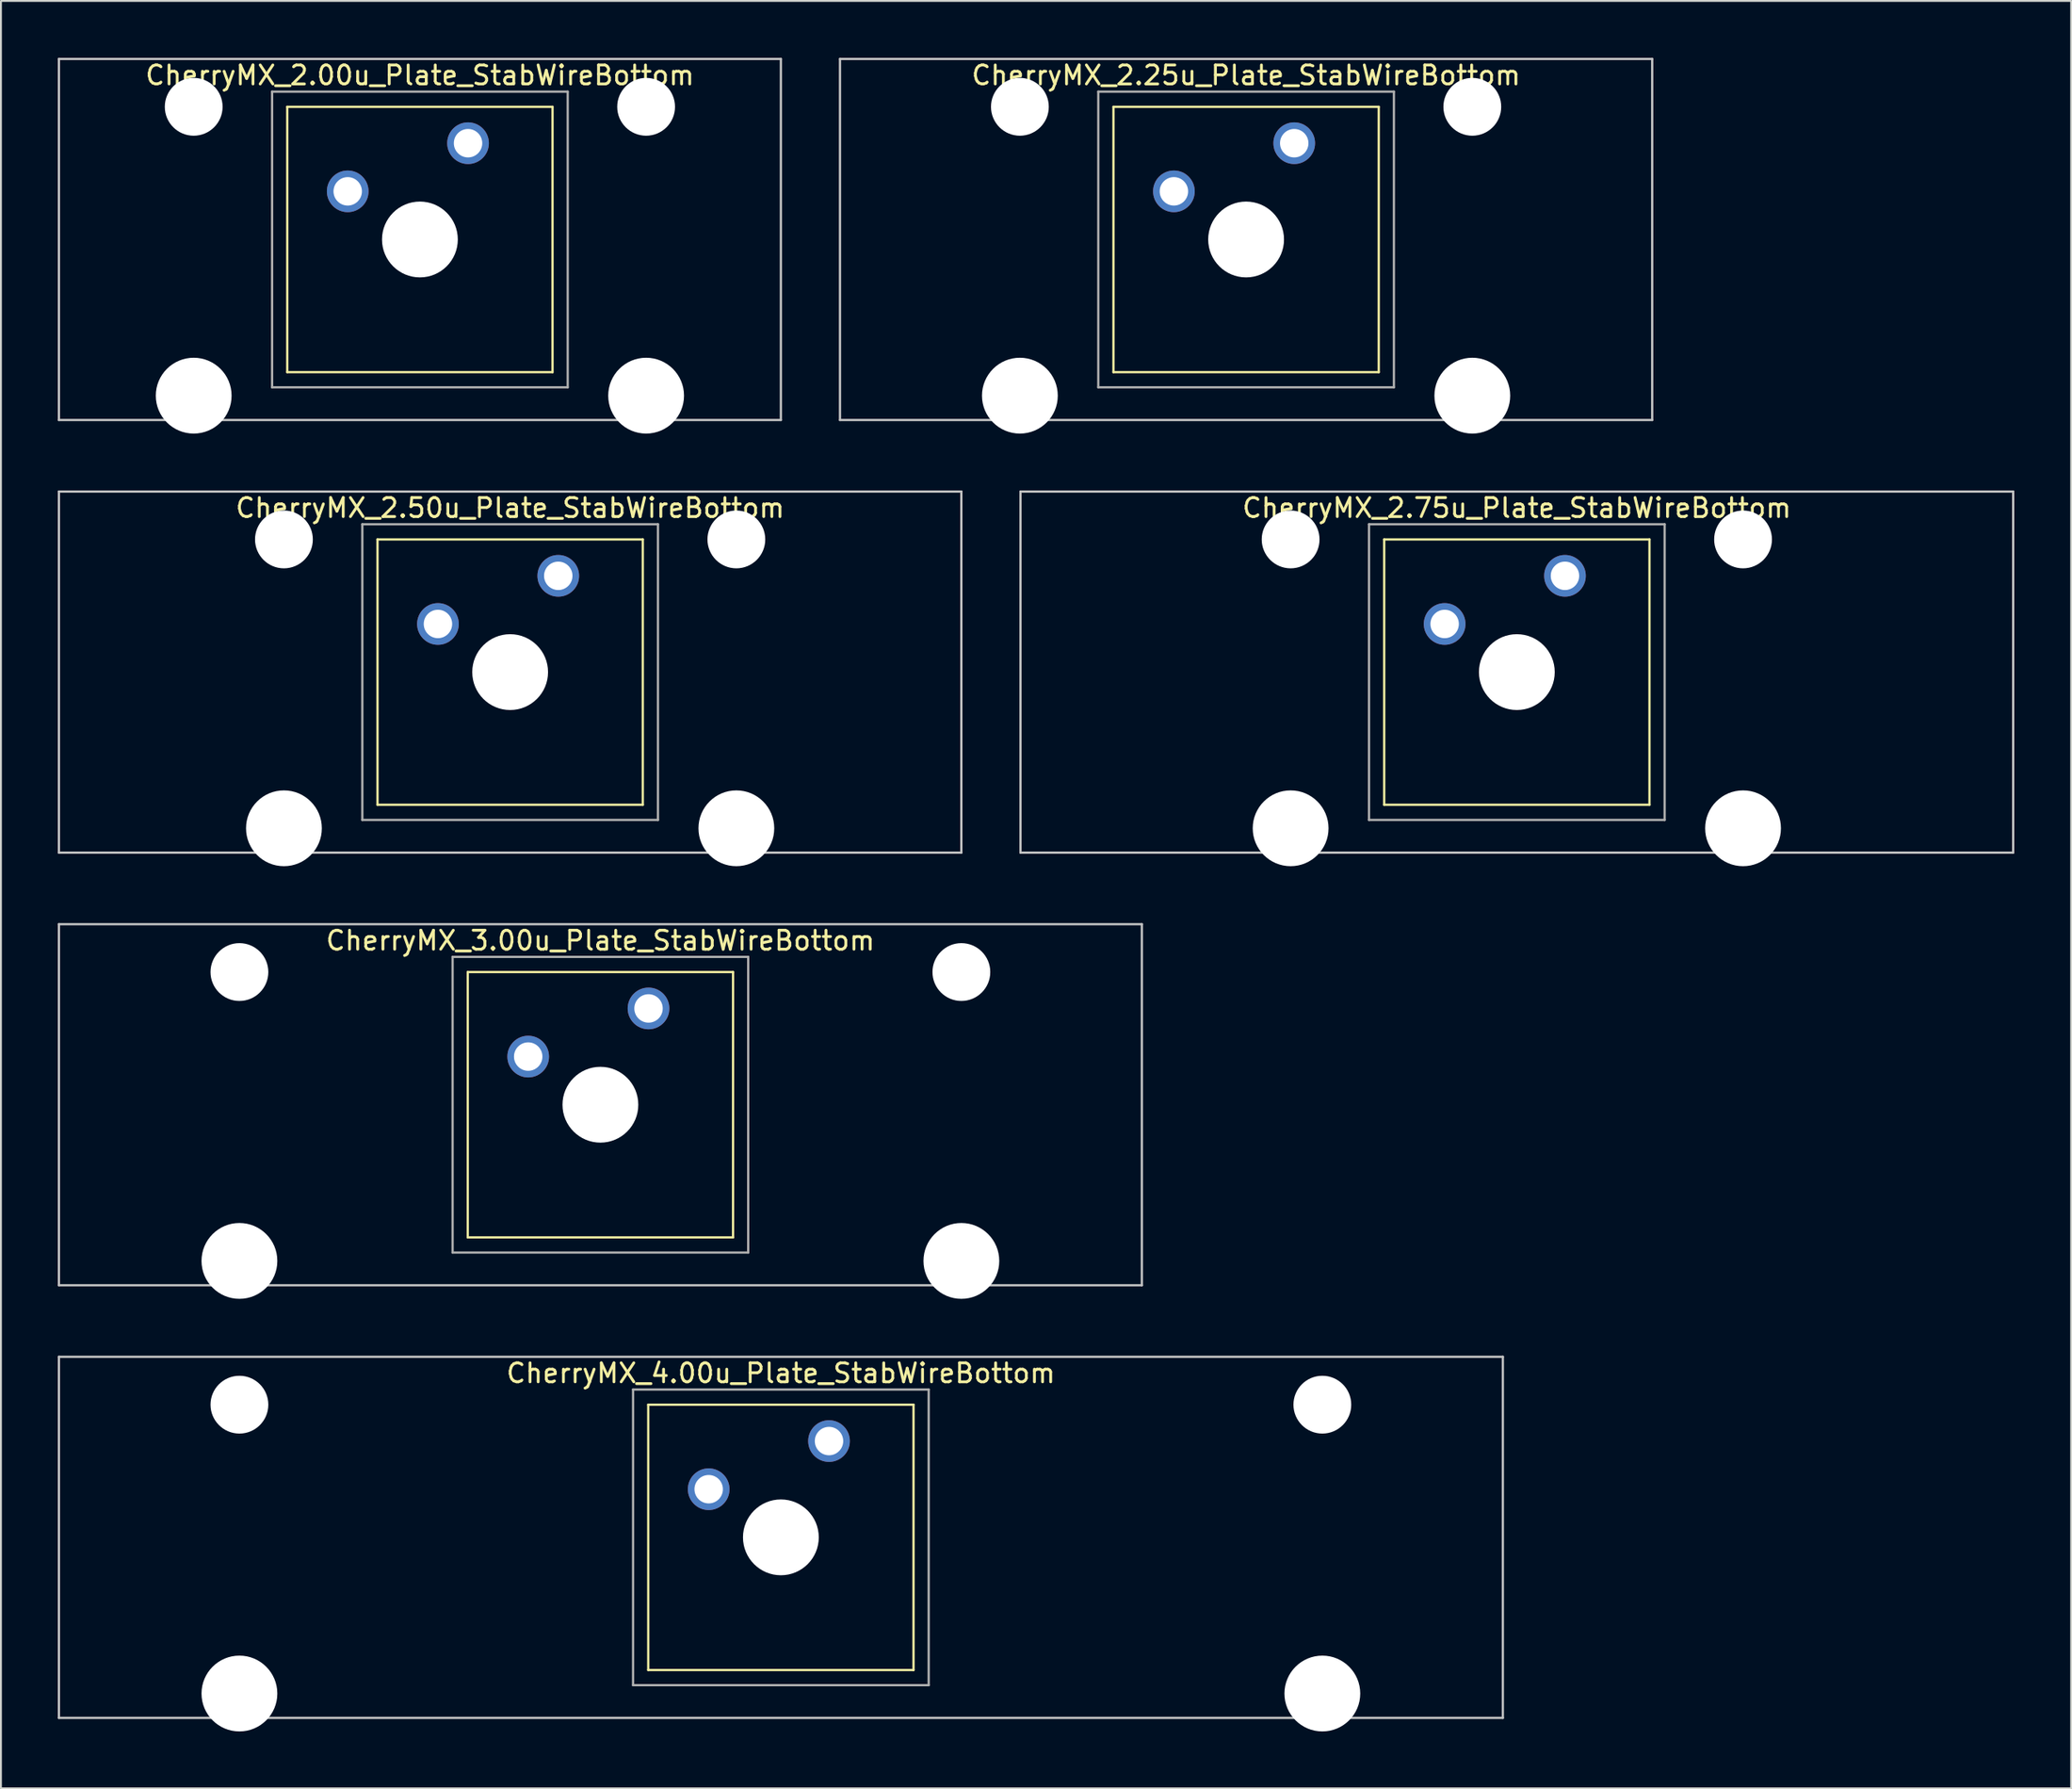
<source format=kicad_pcb>
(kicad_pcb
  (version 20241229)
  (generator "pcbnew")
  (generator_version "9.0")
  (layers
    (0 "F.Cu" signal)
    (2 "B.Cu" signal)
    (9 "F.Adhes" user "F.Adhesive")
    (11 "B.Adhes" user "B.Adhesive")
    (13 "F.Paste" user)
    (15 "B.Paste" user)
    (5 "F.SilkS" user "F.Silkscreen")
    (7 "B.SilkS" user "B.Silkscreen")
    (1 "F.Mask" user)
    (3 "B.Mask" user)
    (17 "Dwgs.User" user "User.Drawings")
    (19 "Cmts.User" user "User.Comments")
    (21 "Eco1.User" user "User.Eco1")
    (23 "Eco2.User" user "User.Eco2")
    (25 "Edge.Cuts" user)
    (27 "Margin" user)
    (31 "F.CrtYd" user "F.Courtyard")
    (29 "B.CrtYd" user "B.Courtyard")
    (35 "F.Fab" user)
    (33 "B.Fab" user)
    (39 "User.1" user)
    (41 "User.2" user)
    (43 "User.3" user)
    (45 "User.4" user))
  (footprint "CherryMX_2.75u_Plate_StabWireBottom"
    (layer "F.Cu")
    (at 76.999 32.41)
    (property "Reference" "CherryMX_2.75u_Plate_StabWireBottom" (at 0 -8.662 0) (layer "F.SilkS") (effects (font (size 1 1) (thickness 0.15))))
    (attr through_hole)
    (fp_line (start -7 -7) (end -7 7) (stroke (width 0.12) (type solid)) (layer "F.SilkS"))
    (fp_line (start -7 -7) (end 7 -7) (stroke (width 0.12) (type solid)) (layer "F.SilkS"))
    (fp_line (start 7 -7) (end 7 7) (stroke (width 0.12) (type solid)) (layer "F.SilkS"))
    (fp_line (start 7 7) (end -7 7) (stroke (width 0.12) (type solid)) (layer "F.SilkS"))
    (fp_line (start -26.194 -9.525) (end 26.194 -9.525) (stroke (width 0.12) (type solid)) (layer "Dwgs.User"))
    (fp_line (start -26.194 9.525) (end -26.194 -9.525) (stroke (width 0.12) (type solid)) (layer "Dwgs.User"))
    (fp_line (start 26.194 -9.525) (end 26.194 9.525) (stroke (width 0.12) (type solid)) (layer "Dwgs.User"))
    (fp_line (start 26.194 9.525) (end -26.194 9.525) (stroke (width 0.12) (type solid)) (layer "Dwgs.User"))
    (fp_line (start -7.8 -7.8) (end -7.8 7.8) (stroke (width 0.12) (type solid)) (layer "F.Fab"))
    (fp_line (start -7.8 -7.8) (end 7.8 -7.8) (stroke (width 0.12) (type solid)) (layer "F.Fab"))
    (fp_line (start -7.8 7.8) (end 7.8 7.8) (stroke (width 0.12) (type solid)) (layer "F.Fab"))
    (fp_line (start 7.8 -7.8) (end 7.8 7.8) (stroke (width 0.12) (type solid)) (layer "F.Fab"))
    (pad "" np_thru_hole circle (at -11.938 -7) (size 3.05 3.05) (drill 3.05) (layers "*.Cu" "*.Mask"))
    (pad "" np_thru_hole circle (at -11.938 8.24) (size 4 4) (drill 4) (layers "*.Cu" "*.Mask"))
    (pad "" np_thru_hole circle (at 0 0) (size 4 4) (drill 4) (layers "*.Cu" "*.Mask"))
    (pad "" np_thru_hole circle (at 11.938 -7) (size 3.05 3.05) (drill 3.05) (layers "*.Cu" "*.Mask"))
    (pad "" np_thru_hole circle (at 11.938 8.24) (size 4 4) (drill 4) (layers "*.Cu" "*.Mask"))
    (pad "1" thru_hole circle (at -3.81 -2.54) (size 2.2 2.2) (drill 1.5) (layers "*.Cu" "*.Mask"))
    (pad "2" thru_hole circle (at 2.54 -5.08) (size 2.2 2.2) (drill 1.5) (layers "*.Cu" "*.Mask")))
  (footprint "CherryMX_3.00u_Plate_StabWireBottom"
    (layer "F.Cu")
    (at 28.635 55.235)
    (property "Reference" "CherryMX_3.00u_Plate_StabWireBottom" (at 0 -8.662 0) (layer "F.SilkS") (effects (font (size 1 1) (thickness 0.15))))
    (attr through_hole)
    (fp_line (start -7 -7) (end -7 7) (stroke (width 0.12) (type solid)) (layer "F.SilkS"))
    (fp_line (start -7 -7) (end 7 -7) (stroke (width 0.12) (type solid)) (layer "F.SilkS"))
    (fp_line (start 7 -7) (end 7 7) (stroke (width 0.12) (type solid)) (layer "F.SilkS"))
    (fp_line (start 7 7) (end -7 7) (stroke (width 0.12) (type solid)) (layer "F.SilkS"))
    (fp_line (start -28.575 -9.525) (end 28.575 -9.525) (stroke (width 0.12) (type solid)) (layer "Dwgs.User"))
    (fp_line (start -28.575 9.525) (end -28.575 -9.525) (stroke (width 0.12) (type solid)) (layer "Dwgs.User"))
    (fp_line (start 28.575 -9.525) (end 28.575 9.525) (stroke (width 0.12) (type solid)) (layer "Dwgs.User"))
    (fp_line (start 28.575 9.525) (end -28.575 9.525) (stroke (width 0.12) (type solid)) (layer "Dwgs.User"))
    (fp_line (start -7.8 -7.8) (end -7.8 7.8) (stroke (width 0.12) (type solid)) (layer "F.Fab"))
    (fp_line (start -7.8 -7.8) (end 7.8 -7.8) (stroke (width 0.12) (type solid)) (layer "F.Fab"))
    (fp_line (start -7.8 7.8) (end 7.8 7.8) (stroke (width 0.12) (type solid)) (layer "F.Fab"))
    (fp_line (start 7.8 -7.8) (end 7.8 7.8) (stroke (width 0.12) (type solid)) (layer "F.Fab"))
    (pad "" np_thru_hole circle (at -19.05 -7) (size 3.05 3.05) (drill 3.05) (layers "*.Cu" "*.Mask"))
    (pad "" np_thru_hole circle (at -19.05 8.24) (size 4 4) (drill 4) (layers "*.Cu" "*.Mask"))
    (pad "" np_thru_hole circle (at 0 0) (size 4 4) (drill 4) (layers "*.Cu" "*.Mask"))
    (pad "" np_thru_hole circle (at 19.05 -7) (size 3.05 3.05) (drill 3.05) (layers "*.Cu" "*.Mask"))
    (pad "" np_thru_hole circle (at 19.05 8.24) (size 4 4) (drill 4) (layers "*.Cu" "*.Mask"))
    (pad "1" thru_hole circle (at -3.81 -2.54) (size 2.2 2.2) (drill 1.5) (layers "*.Cu" "*.Mask"))
    (pad "2" thru_hole circle (at 2.54 -5.08) (size 2.2 2.2) (drill 1.5) (layers "*.Cu" "*.Mask")))
  (footprint "CherryMX_2.25u_Plate_StabWireBottom"
    (layer "F.Cu")
    (at 62.711 9.585)
    (property "Reference" "CherryMX_2.25u_Plate_StabWireBottom" (at 0 -8.662 0) (layer "F.SilkS") (effects (font (size 1 1) (thickness 0.15))))
    (attr through_hole)
    (fp_line (start -7 -7) (end -7 7) (stroke (width 0.12) (type solid)) (layer "F.SilkS"))
    (fp_line (start -7 -7) (end 7 -7) (stroke (width 0.12) (type solid)) (layer "F.SilkS"))
    (fp_line (start 7 -7) (end 7 7) (stroke (width 0.12) (type solid)) (layer "F.SilkS"))
    (fp_line (start 7 7) (end -7 7) (stroke (width 0.12) (type solid)) (layer "F.SilkS"))
    (fp_line (start -21.431 -9.525) (end 21.431 -9.525) (stroke (width 0.12) (type solid)) (layer "Dwgs.User"))
    (fp_line (start -21.431 9.525) (end -21.431 -9.525) (stroke (width 0.12) (type solid)) (layer "Dwgs.User"))
    (fp_line (start 21.431 -9.525) (end 21.431 9.525) (stroke (width 0.12) (type solid)) (layer "Dwgs.User"))
    (fp_line (start 21.431 9.525) (end -21.431 9.525) (stroke (width 0.12) (type solid)) (layer "Dwgs.User"))
    (fp_line (start -7.8 -7.8) (end -7.8 7.8) (stroke (width 0.12) (type solid)) (layer "F.Fab"))
    (fp_line (start -7.8 -7.8) (end 7.8 -7.8) (stroke (width 0.12) (type solid)) (layer "F.Fab"))
    (fp_line (start -7.8 7.8) (end 7.8 7.8) (stroke (width 0.12) (type solid)) (layer "F.Fab"))
    (fp_line (start 7.8 -7.8) (end 7.8 7.8) (stroke (width 0.12) (type solid)) (layer "F.Fab"))
    (pad "" np_thru_hole circle (at -11.938 -7) (size 3.05 3.05) (drill 3.05) (layers "*.Cu" "*.Mask"))
    (pad "" np_thru_hole circle (at -11.938 8.24) (size 4 4) (drill 4) (layers "*.Cu" "*.Mask"))
    (pad "" np_thru_hole circle (at 0 0) (size 4 4) (drill 4) (layers "*.Cu" "*.Mask"))
    (pad "" np_thru_hole circle (at 11.938 -7) (size 3.05 3.05) (drill 3.05) (layers "*.Cu" "*.Mask"))
    (pad "" np_thru_hole circle (at 11.938 8.24) (size 4 4) (drill 4) (layers "*.Cu" "*.Mask"))
    (pad "1" thru_hole circle (at -3.81 -2.54) (size 2.2 2.2) (drill 1.5) (layers "*.Cu" "*.Mask"))
    (pad "2" thru_hole circle (at 2.54 -5.08) (size 2.2 2.2) (drill 1.5) (layers "*.Cu" "*.Mask")))
  (footprint "CherryMX_4.00u_Plate_StabWireBottom"
    (layer "F.Cu")
    (at 38.16 78.06)
    (property "Reference" "CherryMX_4.00u_Plate_StabWireBottom" (at 0 -8.662 0) (layer "F.SilkS") (effects (font (size 1 1) (thickness 0.15))))
    (attr through_hole)
    (fp_line (start -7 -7) (end -7 7) (stroke (width 0.12) (type solid)) (layer "F.SilkS"))
    (fp_line (start -7 -7) (end 7 -7) (stroke (width 0.12) (type solid)) (layer "F.SilkS"))
    (fp_line (start 7 -7) (end 7 7) (stroke (width 0.12) (type solid)) (layer "F.SilkS"))
    (fp_line (start 7 7) (end -7 7) (stroke (width 0.12) (type solid)) (layer "F.SilkS"))
    (fp_line (start -38.1 -9.525) (end 38.1 -9.525) (stroke (width 0.12) (type solid)) (layer "Dwgs.User"))
    (fp_line (start -38.1 9.525) (end -38.1 -9.525) (stroke (width 0.12) (type solid)) (layer "Dwgs.User"))
    (fp_line (start 38.1 -9.525) (end 38.1 9.525) (stroke (width 0.12) (type solid)) (layer "Dwgs.User"))
    (fp_line (start 38.1 9.525) (end -38.1 9.525) (stroke (width 0.12) (type solid)) (layer "Dwgs.User"))
    (fp_line (start -7.8 -7.8) (end -7.8 7.8) (stroke (width 0.12) (type solid)) (layer "F.Fab"))
    (fp_line (start -7.8 -7.8) (end 7.8 -7.8) (stroke (width 0.12) (type solid)) (layer "F.Fab"))
    (fp_line (start -7.8 7.8) (end 7.8 7.8) (stroke (width 0.12) (type solid)) (layer "F.Fab"))
    (fp_line (start 7.8 -7.8) (end 7.8 7.8) (stroke (width 0.12) (type solid)) (layer "F.Fab"))
    (pad "" np_thru_hole circle (at -28.575 -7) (size 3.05 3.05) (drill 3.05) (layers "*.Cu" "*.Mask"))
    (pad "" np_thru_hole circle (at -28.575 8.24) (size 4 4) (drill 4) (layers "*.Cu" "*.Mask"))
    (pad "" np_thru_hole circle (at 0 0) (size 4 4) (drill 4) (layers "*.Cu" "*.Mask"))
    (pad "" np_thru_hole circle (at 28.575 -7) (size 3.05 3.05) (drill 3.05) (layers "*.Cu" "*.Mask"))
    (pad "" np_thru_hole circle (at 28.575 8.24) (size 4 4) (drill 4) (layers "*.Cu" "*.Mask"))
    (pad "1" thru_hole circle (at -3.81 -2.54) (size 2.2 2.2) (drill 1.5) (layers "*.Cu" "*.Mask"))
    (pad "2" thru_hole circle (at 2.54 -5.08) (size 2.2 2.2) (drill 1.5) (layers "*.Cu" "*.Mask")))
  (footprint "CherryMX_2.50u_Plate_StabWireBottom"
    (layer "F.Cu")
    (at 23.872 32.41)
    (property "Reference" "CherryMX_2.50u_Plate_StabWireBottom" (at 0 -8.662 0) (layer "F.SilkS") (effects (font (size 1 1) (thickness 0.15))))
    (attr through_hole)
    (fp_line (start -7 -7) (end -7 7) (stroke (width 0.12) (type solid)) (layer "F.SilkS"))
    (fp_line (start -7 -7) (end 7 -7) (stroke (width 0.12) (type solid)) (layer "F.SilkS"))
    (fp_line (start 7 -7) (end 7 7) (stroke (width 0.12) (type solid)) (layer "F.SilkS"))
    (fp_line (start 7 7) (end -7 7) (stroke (width 0.12) (type solid)) (layer "F.SilkS"))
    (fp_line (start -23.812 -9.525) (end 23.812 -9.525) (stroke (width 0.12) (type solid)) (layer "Dwgs.User"))
    (fp_line (start -23.812 9.525) (end -23.812 -9.525) (stroke (width 0.12) (type solid)) (layer "Dwgs.User"))
    (fp_line (start 23.812 -9.525) (end 23.812 9.525) (stroke (width 0.12) (type solid)) (layer "Dwgs.User"))
    (fp_line (start 23.812 9.525) (end -23.812 9.525) (stroke (width 0.12) (type solid)) (layer "Dwgs.User"))
    (fp_line (start -7.8 -7.8) (end -7.8 7.8) (stroke (width 0.12) (type solid)) (layer "F.Fab"))
    (fp_line (start -7.8 -7.8) (end 7.8 -7.8) (stroke (width 0.12) (type solid)) (layer "F.Fab"))
    (fp_line (start -7.8 7.8) (end 7.8 7.8) (stroke (width 0.12) (type solid)) (layer "F.Fab"))
    (fp_line (start 7.8 -7.8) (end 7.8 7.8) (stroke (width 0.12) (type solid)) (layer "F.Fab"))
    (pad "" np_thru_hole circle (at -11.938 -7) (size 3.05 3.05) (drill 3.05) (layers "*.Cu" "*.Mask"))
    (pad "" np_thru_hole circle (at -11.938 8.24) (size 4 4) (drill 4) (layers "*.Cu" "*.Mask"))
    (pad "" np_thru_hole circle (at 0 0) (size 4 4) (drill 4) (layers "*.Cu" "*.Mask"))
    (pad "" np_thru_hole circle (at 11.938 -7) (size 3.05 3.05) (drill 3.05) (layers "*.Cu" "*.Mask"))
    (pad "" np_thru_hole circle (at 11.938 8.24) (size 4 4) (drill 4) (layers "*.Cu" "*.Mask"))
    (pad "1" thru_hole circle (at -3.81 -2.54) (size 2.2 2.2) (drill 1.5) (layers "*.Cu" "*.Mask"))
    (pad "2" thru_hole circle (at 2.54 -5.08) (size 2.2 2.2) (drill 1.5) (layers "*.Cu" "*.Mask")))
  (footprint "CherryMX_2.00u_Plate_StabWireBottom"
    (layer "F.Cu")
    (at 19.11 9.585)
    (property "Reference" "CherryMX_2.00u_Plate_StabWireBottom" (at 0 -8.662 0) (layer "F.SilkS") (effects (font (size 1 1) (thickness 0.15))))
    (attr through_hole)
    (fp_line (start -7 -7) (end -7 7) (stroke (width 0.12) (type solid)) (layer "F.SilkS"))
    (fp_line (start -7 -7) (end 7 -7) (stroke (width 0.12) (type solid)) (layer "F.SilkS"))
    (fp_line (start 7 -7) (end 7 7) (stroke (width 0.12) (type solid)) (layer "F.SilkS"))
    (fp_line (start 7 7) (end -7 7) (stroke (width 0.12) (type solid)) (layer "F.SilkS"))
    (fp_line (start -19.05 -9.525) (end 19.05 -9.525) (stroke (width 0.12) (type solid)) (layer "Dwgs.User"))
    (fp_line (start -19.05 9.525) (end -19.05 -9.525) (stroke (width 0.12) (type solid)) (layer "Dwgs.User"))
    (fp_line (start 19.05 -9.525) (end 19.05 9.525) (stroke (width 0.12) (type solid)) (layer "Dwgs.User"))
    (fp_line (start 19.05 9.525) (end -19.05 9.525) (stroke (width 0.12) (type solid)) (layer "Dwgs.User"))
    (fp_line (start -7.8 -7.8) (end -7.8 7.8) (stroke (width 0.12) (type solid)) (layer "F.Fab"))
    (fp_line (start -7.8 -7.8) (end 7.8 -7.8) (stroke (width 0.12) (type solid)) (layer "F.Fab"))
    (fp_line (start -7.8 7.8) (end 7.8 7.8) (stroke (width 0.12) (type solid)) (layer "F.Fab"))
    (fp_line (start 7.8 -7.8) (end 7.8 7.8) (stroke (width 0.12) (type solid)) (layer "F.Fab"))
    (pad "" np_thru_hole circle (at -11.938 -7) (size 3.05 3.05) (drill 3.05) (layers "*.Cu" "*.Mask"))
    (pad "" np_thru_hole circle (at -11.938 8.24) (size 4 4) (drill 4) (layers "*.Cu" "*.Mask"))
    (pad "" np_thru_hole circle (at 0 0) (size 4 4) (drill 4) (layers "*.Cu" "*.Mask"))
    (pad "" np_thru_hole circle (at 11.938 -7) (size 3.05 3.05) (drill 3.05) (layers "*.Cu" "*.Mask"))
    (pad "" np_thru_hole circle (at 11.938 8.24) (size 4 4) (drill 4) (layers "*.Cu" "*.Mask"))
    (pad "1" thru_hole circle (at -3.81 -2.54) (size 2.2 2.2) (drill 1.5) (layers "*.Cu" "*.Mask"))
    (pad "2" thru_hole circle (at 2.54 -5.08) (size 2.2 2.2) (drill 1.5) (layers "*.Cu" "*.Mask")))
  (gr_rect
    (start -3 -3)
    (end 106.252 91.3)
    (stroke (width 0.1) (type default))
    (fill no)
    (layer "Edge.Cuts")))
</source>
